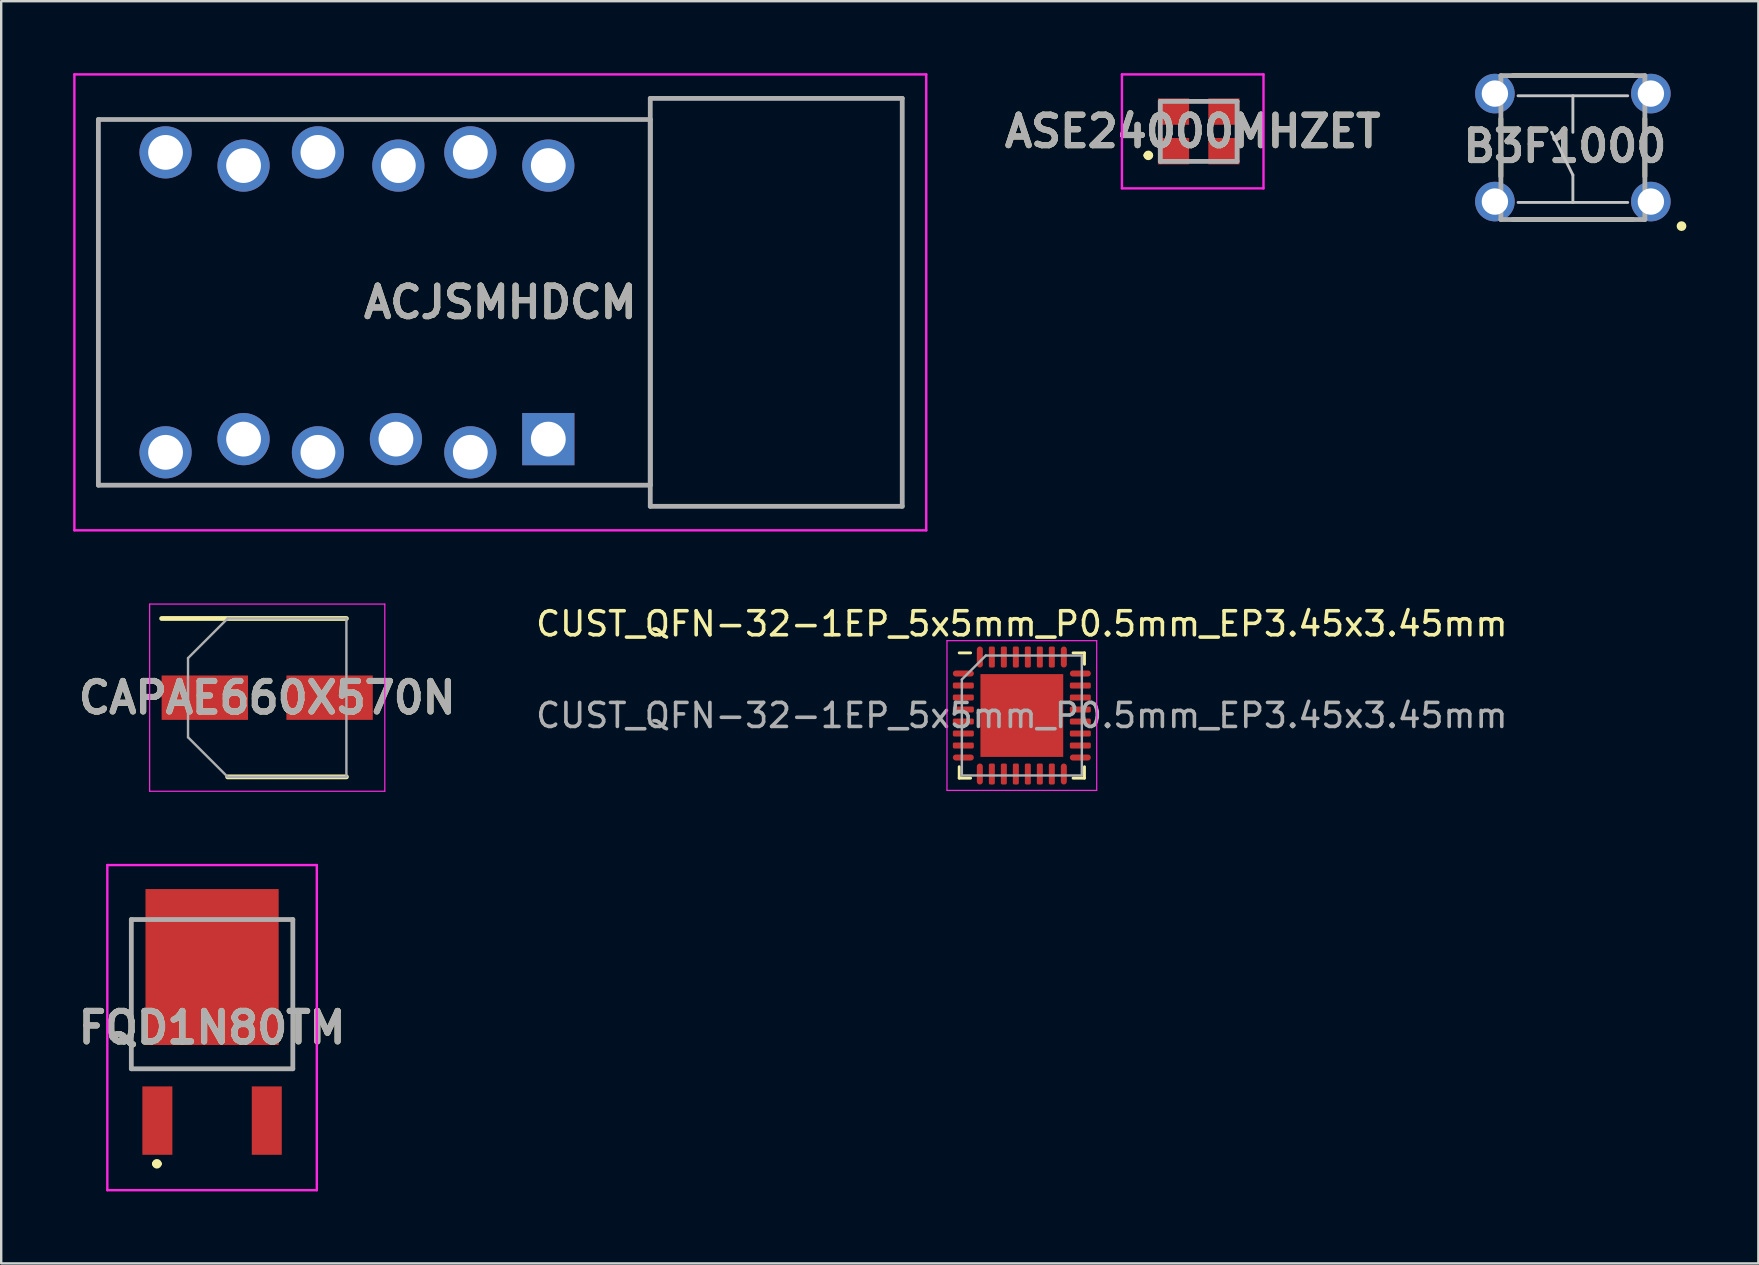
<source format=kicad_pcb>
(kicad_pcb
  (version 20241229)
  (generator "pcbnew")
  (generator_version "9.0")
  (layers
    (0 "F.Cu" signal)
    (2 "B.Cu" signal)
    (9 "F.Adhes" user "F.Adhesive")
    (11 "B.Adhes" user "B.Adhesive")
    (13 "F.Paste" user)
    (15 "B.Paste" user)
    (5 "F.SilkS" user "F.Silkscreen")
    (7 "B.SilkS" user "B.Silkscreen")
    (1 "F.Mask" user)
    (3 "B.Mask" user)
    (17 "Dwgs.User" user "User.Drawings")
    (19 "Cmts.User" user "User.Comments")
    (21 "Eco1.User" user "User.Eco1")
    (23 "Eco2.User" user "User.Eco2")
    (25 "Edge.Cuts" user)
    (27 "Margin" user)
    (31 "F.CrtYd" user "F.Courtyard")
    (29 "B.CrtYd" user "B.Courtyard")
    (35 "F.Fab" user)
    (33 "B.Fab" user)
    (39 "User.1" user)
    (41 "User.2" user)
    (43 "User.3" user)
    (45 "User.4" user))
  (footprint "CUST_QFN-32-1EP_5x5mm_P0.5mm_EP3.45x3.45mm"
    (layer "F.Cu")
    (at 39.534 26.768)
    (property "Reference" "CUST_QFN-32-1EP_5x5mm_P0.5mm_EP3.45x3.45mm" (at 0 -3.82 0) (layer "F.SilkS") (effects (font (size 1 1) (thickness 0.15))))
    (attr smd)
    (fp_line (start -2.61 2.61) (end -2.61 2.135) (stroke (width 0.12) (type solid)) (layer "F.SilkS"))
    (fp_line (start -2.135 -2.61) (end -2.61 -2.61) (stroke (width 0.12) (type solid)) (layer "F.SilkS"))
    (fp_line (start -2.135 2.61) (end -2.61 2.61) (stroke (width 0.12) (type solid)) (layer "F.SilkS"))
    (fp_line (start 2.135 -2.61) (end 2.61 -2.61) (stroke (width 0.12) (type solid)) (layer "F.SilkS"))
    (fp_line (start 2.135 2.61) (end 2.61 2.61) (stroke (width 0.12) (type solid)) (layer "F.SilkS"))
    (fp_line (start 2.61 -2.61) (end 2.61 -2.135) (stroke (width 0.12) (type solid)) (layer "F.SilkS"))
    (fp_line (start 2.61 2.61) (end 2.61 2.135) (stroke (width 0.12) (type solid)) (layer "F.SilkS"))
    (fp_line (start -3.12 -3.12) (end -3.12 3.12) (stroke (width 0.05) (type solid)) (layer "F.CrtYd"))
    (fp_line (start -3.12 3.12) (end 3.12 3.12) (stroke (width 0.05) (type solid)) (layer "F.CrtYd"))
    (fp_line (start 3.12 -3.12) (end -3.12 -3.12) (stroke (width 0.05) (type solid)) (layer "F.CrtYd"))
    (fp_line (start 3.12 3.12) (end 3.12 -3.12) (stroke (width 0.05) (type solid)) (layer "F.CrtYd"))
    (fp_line (start -2.5 -1.5) (end -1.5 -2.5) (stroke (width 0.1) (type solid)) (layer "F.Fab"))
    (fp_line (start -2.5 2.5) (end -2.5 -1.5) (stroke (width 0.1) (type solid)) (layer "F.Fab"))
    (fp_line (start -1.5 -2.5) (end 2.5 -2.5) (stroke (width 0.1) (type solid)) (layer "F.Fab"))
    (fp_line (start 2.5 -2.5) (end 2.5 2.5) (stroke (width 0.1) (type solid)) (layer "F.Fab"))
    (fp_line (start 2.5 2.5) (end -2.5 2.5) (stroke (width 0.1) (type solid)) (layer "F.Fab"))
    (fp_text user "${REFERENCE}" (at 0 0 0) (layer "F.Fab") (effects (font (size 1 1) (thickness 0.15))))
    (pad "" smd roundrect (at -1.15 -1.15) (size 0.93 0.93) (layers "F.Paste") (roundrect_rratio 0.25))
    (pad "" smd roundrect (at -1.15 0) (size 0.93 0.93) (layers "F.Paste") (roundrect_rratio 0.25))
    (pad "" smd roundrect (at -1.15 1.15) (size 0.93 0.93) (layers "F.Paste") (roundrect_rratio 0.25))
    (pad "" smd roundrect (at 0 -1.15) (size 0.93 0.93) (layers "F.Paste") (roundrect_rratio 0.25))
    (pad "" smd roundrect (at 0 0) (size 0.93 0.93) (layers "F.Paste") (roundrect_rratio 0.25))
    (pad "" smd roundrect (at 0 1.15) (size 0.93 0.93) (layers "F.Paste") (roundrect_rratio 0.25))
    (pad "" smd roundrect (at 1.15 -1.15) (size 0.93 0.93) (layers "F.Paste") (roundrect_rratio 0.25))
    (pad "" smd roundrect (at 1.15 0) (size 0.93 0.93) (layers "F.Paste") (roundrect_rratio 0.25))
    (pad "" smd roundrect (at 1.15 1.15) (size 0.93 0.93) (layers "F.Paste") (roundrect_rratio 0.25))
    (pad "1" smd oval (at -2.438 -1.75) (size 0.875 0.25) (layers "F.Cu" "F.Mask" "F.Paste"))
    (pad "2" smd roundrect (at -2.438 -1.25) (size 0.875 0.25) (layers "F.Cu" "F.Mask" "F.Paste") (roundrect_rratio 0.25))
    (pad "3" smd roundrect (at -2.438 -0.75) (size 0.875 0.25) (layers "F.Cu" "F.Mask" "F.Paste") (roundrect_rratio 0.25))
    (pad "4" smd roundrect (at -2.438 -0.25) (size 0.875 0.25) (layers "F.Cu" "F.Mask" "F.Paste") (roundrect_rratio 0.25))
    (pad "5" smd roundrect (at -2.438 0.25) (size 0.875 0.25) (layers "F.Cu" "F.Mask" "F.Paste") (roundrect_rratio 0.25))
    (pad "6" smd roundrect (at -2.438 0.75) (size 0.875 0.25) (layers "F.Cu" "F.Mask" "F.Paste") (roundrect_rratio 0.25))
    (pad "7" smd roundrect (at -2.438 1.25) (size 0.875 0.25) (layers "F.Cu" "F.Mask" "F.Paste") (roundrect_rratio 0.25))
    (pad "8" smd oval (at -2.438 1.75) (size 0.875 0.25) (layers "F.Cu" "F.Mask" "F.Paste"))
    (pad "9" smd oval (at -1.75 2.438) (size 0.25 0.875) (layers "F.Cu" "F.Mask" "F.Paste"))
    (pad "10" smd roundrect (at -1.25 2.438) (size 0.25 0.875) (layers "F.Cu" "F.Mask" "F.Paste") (roundrect_rratio 0.25))
    (pad "11" smd roundrect (at -0.75 2.438) (size 0.25 0.875) (layers "F.Cu" "F.Mask" "F.Paste") (roundrect_rratio 0.25))
    (pad "12" smd roundrect (at -0.25 2.438) (size 0.25 0.875) (layers "F.Cu" "F.Mask" "F.Paste") (roundrect_rratio 0.25))
    (pad "13" smd roundrect (at 0.25 2.438) (size 0.25 0.875) (layers "F.Cu" "F.Mask" "F.Paste") (roundrect_rratio 0.25))
    (pad "14" smd roundrect (at 0.75 2.438) (size 0.25 0.875) (layers "F.Cu" "F.Mask" "F.Paste") (roundrect_rratio 0.25))
    (pad "15" smd roundrect (at 1.25 2.438) (size 0.25 0.875) (layers "F.Cu" "F.Mask" "F.Paste") (roundrect_rratio 0.25))
    (pad "16" smd oval (at 1.75 2.438) (size 0.25 0.875) (layers "F.Cu" "F.Mask" "F.Paste"))
    (pad "17" smd oval (at 2.438 1.75) (size 0.875 0.25) (layers "F.Cu" "F.Mask" "F.Paste"))
    (pad "18" smd roundrect (at 2.438 1.25) (size 0.875 0.25) (layers "F.Cu" "F.Mask" "F.Paste") (roundrect_rratio 0.25))
    (pad "19" smd roundrect (at 2.438 0.75) (size 0.875 0.25) (layers "F.Cu" "F.Mask" "F.Paste") (roundrect_rratio 0.25))
    (pad "20" smd roundrect (at 2.438 0.25) (size 0.875 0.25) (layers "F.Cu" "F.Mask" "F.Paste") (roundrect_rratio 0.25))
    (pad "21" smd roundrect (at 2.438 -0.25) (size 0.875 0.25) (layers "F.Cu" "F.Mask" "F.Paste") (roundrect_rratio 0.25))
    (pad "22" smd roundrect (at 2.438 -0.75) (size 0.875 0.25) (layers "F.Cu" "F.Mask" "F.Paste") (roundrect_rratio 0.25))
    (pad "23" smd roundrect (at 2.438 -1.25) (size 0.875 0.25) (layers "F.Cu" "F.Mask" "F.Paste") (roundrect_rratio 0.25))
    (pad "24" smd oval (at 2.438 -1.75) (size 0.875 0.25) (layers "F.Cu" "F.Mask" "F.Paste"))
    (pad "25" smd oval (at 1.75 -2.438) (size 0.25 0.875) (layers "F.Cu" "F.Mask" "F.Paste"))
    (pad "26" smd roundrect (at 1.25 -2.438) (size 0.25 0.875) (layers "F.Cu" "F.Mask" "F.Paste") (roundrect_rratio 0.25))
    (pad "27" smd roundrect (at 0.75 -2.438) (size 0.25 0.875) (layers "F.Cu" "F.Mask" "F.Paste") (roundrect_rratio 0.25))
    (pad "28" smd roundrect (at 0.25 -2.438) (size 0.25 0.875) (layers "F.Cu" "F.Mask" "F.Paste") (roundrect_rratio 0.25))
    (pad "29" smd roundrect (at -0.25 -2.438) (size 0.25 0.875) (layers "F.Cu" "F.Mask" "F.Paste") (roundrect_rratio 0.25))
    (pad "30" smd roundrect (at -0.75 -2.438) (size 0.25 0.875) (layers "F.Cu" "F.Mask" "F.Paste") (roundrect_rratio 0.25))
    (pad "31" smd roundrect (at -1.25 -2.438) (size 0.25 0.875) (layers "F.Cu" "F.Mask" "F.Paste") (roundrect_rratio 0.25))
    (pad "32" smd oval (at -1.75 -2.438) (size 0.25 0.875) (layers "F.Cu" "F.Mask" "F.Paste"))
    (pad "33" smd rect (at 0 0) (size 3.45 3.45) (layers "F.Cu" "F.Mask")))
  (footprint "FQD1N80TM"
    (layer "F.Cu")
    (at 5.788 37.25)
    (property "Reference" "FQD1N80TM" (at 0 2.525 0) (layer "F.SilkS") (effects (font (size 1.27 1.27) (thickness 0.254))))
    (attr smd)
    (fp_line (start -3.365 -1.98) (end -3.365 4.24) (stroke (width 0.1) (type solid)) (layer "F.SilkS"))
    (fp_line (start -3.365 4.24) (end 3.365 4.24) (stroke (width 0.1) (type solid)) (layer "F.SilkS"))
    (fp_line (start -2.4 8.2) (end -2.4 8.2) (stroke (width 0.2) (type solid)) (layer "F.SilkS"))
    (fp_line (start -2.2 8.2) (end -2.2 8.2) (stroke (width 0.2) (type solid)) (layer "F.SilkS"))
    (fp_line (start 3.365 4.24) (end 3.365 -1.98) (stroke (width 0.1) (type solid)) (layer "F.SilkS"))
    (fp_arc (start -2.4 8.2) (mid -2.3 8.1) (end -2.2 8.2) (stroke (width 0.2) (type solid)) (layer "F.SilkS"))
    (fp_arc (start -2.2 8.2) (mid -2.3 8.3) (end -2.4 8.2) (stroke (width 0.2) (type solid)) (layer "F.SilkS"))
    (fp_line (start -4.365 -4.25) (end 4.365 -4.25) (stroke (width 0.1) (type solid)) (layer "F.CrtYd"))
    (fp_line (start -4.365 9.3) (end -4.365 -4.25) (stroke (width 0.1) (type solid)) (layer "F.CrtYd"))
    (fp_line (start 4.365 -4.25) (end 4.365 9.3) (stroke (width 0.1) (type solid)) (layer "F.CrtYd"))
    (fp_line (start 4.365 9.3) (end -4.365 9.3) (stroke (width 0.1) (type solid)) (layer "F.CrtYd"))
    (fp_line (start -3.365 -1.98) (end 3.365 -1.98) (stroke (width 0.2) (type solid)) (layer "F.Fab"))
    (fp_line (start -3.365 4.24) (end -3.365 -1.98) (stroke (width 0.2) (type solid)) (layer "F.Fab"))
    (fp_line (start 3.365 -1.98) (end 3.365 4.24) (stroke (width 0.2) (type solid)) (layer "F.Fab"))
    (fp_line (start 3.365 4.24) (end -3.365 4.24) (stroke (width 0.2) (type solid)) (layer "F.Fab"))
    (fp_text user "${REFERENCE}" (at 0 2.525 0) (layer "F.Fab") (effects (font (size 1.27 1.27) (thickness 0.254))))
    (pad "1" smd rect (at -2.28 6.4) (size 1.25 2.85) (layers "F.Cu" "F.Mask" "F.Paste"))
    (pad "2" smd rect (at 0 0) (size 5.55 6.5) (layers "F.Cu" "F.Mask" "F.Paste"))
    (pad "3" smd rect (at 2.28 6.4) (size 1.25 2.85) (layers "F.Cu" "F.Mask" "F.Paste")))
  (footprint "ACJSMHDCM"
    (layer "F.Cu")
    (at 19.8 15.25)
    (property "Reference" "ACJSMHDCM" (at -2 -5.7 0) (layer "F.SilkS") (effects (font (size 1.27 1.27) (thickness 0.254))))
    (attr through_hole)
    (fp_line (start -18.75 -13.32) (end 4.25 -13.32) (stroke (width 0.1) (type solid)) (layer "F.SilkS"))
    (fp_line (start -18.75 1.92) (end -18.75 -13.32) (stroke (width 0.1) (type solid)) (layer "F.SilkS"))
    (fp_line (start 4.25 -13.32) (end 4.25 1.92) (stroke (width 0.1) (type solid)) (layer "F.SilkS"))
    (fp_line (start 4.25 1.92) (end -18.75 1.92) (stroke (width 0.1) (type solid)) (layer "F.SilkS"))
    (fp_line (start -19.75 -15.2) (end 15.75 -15.2) (stroke (width 0.1) (type solid)) (layer "F.CrtYd"))
    (fp_line (start -19.75 3.8) (end -19.75 -15.2) (stroke (width 0.1) (type solid)) (layer "F.CrtYd"))
    (fp_line (start 15.75 -15.2) (end 15.75 3.8) (stroke (width 0.1) (type solid)) (layer "F.CrtYd"))
    (fp_line (start 15.75 3.8) (end -19.75 3.8) (stroke (width 0.1) (type solid)) (layer "F.CrtYd"))
    (fp_line (start -18.75 -13.32) (end 4.25 -13.32) (stroke (width 0.2) (type solid)) (layer "F.Fab"))
    (fp_line (start -18.75 1.92) (end -18.75 -13.32) (stroke (width 0.2) (type solid)) (layer "F.Fab"))
    (fp_line (start 4.25 -14.2) (end 14.75 -14.2) (stroke (width 0.2) (type solid)) (layer "F.Fab"))
    (fp_line (start 4.25 -13.32) (end 4.25 1.92) (stroke (width 0.2) (type solid)) (layer "F.Fab"))
    (fp_line (start 4.25 1.92) (end -18.75 1.92) (stroke (width 0.2) (type solid)) (layer "F.Fab"))
    (fp_line (start 4.25 2.8) (end 4.25 -14.2) (stroke (width 0.2) (type solid)) (layer "F.Fab"))
    (fp_line (start 14.75 -14.2) (end 14.75 2.8) (stroke (width 0.2) (type solid)) (layer "F.Fab"))
    (fp_line (start 14.75 2.8) (end 4.25 2.8) (stroke (width 0.2) (type solid)) (layer "F.Fab"))
    (fp_text user "${REFERENCE}" (at -2 -5.7 0) (layer "F.Fab") (effects (font (size 1.27 1.27) (thickness 0.254))))
    (pad "" np_thru_hole circle (at -17.33 -5.7) (size 0.001 0.001) (drill 2.1) (layers "*.Cu" "*.Mask"))
    (pad "1" thru_hole rect (at 0 0) (size 2.175 2.175) (drill 1.45) (layers "*.Cu" "*.Mask"))
    (pad "2" thru_hole circle (at -6.35 0) (size 2.175 2.175) (drill 1.45) (layers "*.Cu" "*.Mask"))
    (pad "3" thru_hole circle (at -12.7 0) (size 2.175 2.175) (drill 1.45) (layers "*.Cu" "*.Mask"))
    (pad "4" thru_hole circle (at 0 -11.4) (size 2.175 2.175) (drill 1.45) (layers "*.Cu" "*.Mask"))
    (pad "5" thru_hole circle (at -6.25 -11.4) (size 2.175 2.175) (drill 1.45) (layers "*.Cu" "*.Mask"))
    (pad "6" thru_hole circle (at -12.7 -11.4) (size 2.175 2.175) (drill 1.45) (layers "*.Cu" "*.Mask"))
    (pad "7" thru_hole circle (at -3.25 0.55) (size 2.175 2.175) (drill 1.45) (layers "*.Cu" "*.Mask"))
    (pad "8" thru_hole circle (at -9.6 0.55) (size 2.175 2.175) (drill 1.45) (layers "*.Cu" "*.Mask"))
    (pad "9" thru_hole circle (at -15.95 0.55) (size 2.175 2.175) (drill 1.45) (layers "*.Cu" "*.Mask"))
    (pad "10" thru_hole circle (at -3.25 -11.95) (size 2.175 2.175) (drill 1.45) (layers "*.Cu" "*.Mask"))
    (pad "11" thru_hole circle (at -9.6 -11.95) (size 2.175 2.175) (drill 1.45) (layers "*.Cu" "*.Mask"))
    (pad "12" thru_hole circle (at -15.95 -11.95) (size 2.175 2.175) (drill 1.45) (layers "*.Cu" "*.Mask")))
  (footprint "CAPAE660X570N"
    (layer "F.Cu")
    (at 8.086 26.025)
    (property "Reference" "CAPAE660X570N" (at 0 0 0) (layer "F.SilkS") (effects (font (size 1.27 1.27) (thickness 0.254))))
    (attr smd)
    (fp_line (start -4.4 -3.3) (end 3.3 -3.3) (stroke (width 0.2) (type solid)) (layer "F.SilkS"))
    (fp_line (start -1.65 3.3) (end 3.3 3.3) (stroke (width 0.2) (type solid)) (layer "F.SilkS"))
    (fp_line (start -4.9 -3.9) (end 4.9 -3.9) (stroke (width 0.05) (type solid)) (layer "F.CrtYd"))
    (fp_line (start -4.9 3.9) (end -4.9 -3.9) (stroke (width 0.05) (type solid)) (layer "F.CrtYd"))
    (fp_line (start 4.9 -3.9) (end 4.9 3.9) (stroke (width 0.05) (type solid)) (layer "F.CrtYd"))
    (fp_line (start 4.9 3.9) (end -4.9 3.9) (stroke (width 0.05) (type solid)) (layer "F.CrtYd"))
    (fp_line (start -3.3 -1.65) (end -3.3 1.65) (stroke (width 0.1) (type solid)) (layer "F.Fab"))
    (fp_line (start -3.3 1.65) (end -1.65 3.3) (stroke (width 0.1) (type solid)) (layer "F.Fab"))
    (fp_line (start -1.65 -3.3) (end -3.3 -1.65) (stroke (width 0.1) (type solid)) (layer "F.Fab"))
    (fp_line (start -1.65 3.3) (end 3.3 3.3) (stroke (width 0.1) (type solid)) (layer "F.Fab"))
    (fp_line (start 3.3 -3.3) (end -1.65 -3.3) (stroke (width 0.1) (type solid)) (layer "F.Fab"))
    (fp_line (start 3.3 3.3) (end 3.3 -3.3) (stroke (width 0.1) (type solid)) (layer "F.Fab"))
    (fp_text user "${REFERENCE}" (at 0 0 0) (layer "F.Fab") (effects (font (size 1.27 1.27) (thickness 0.254))))
    (pad "1" smd rect (at -2.6 0 90) (size 1.85 3.6) (layers "F.Cu" "F.Mask" "F.Paste"))
    (pad "2" smd rect (at 2.6 0 90) (size 1.85 3.6) (layers "F.Cu" "F.Mask" "F.Paste")))
  (footprint "ASE24000MHZET"
    (layer "F.Cu")
    (at 46.905 2.425)
    (property "Reference" "ASE24000MHZET" (at -0.25 0 0) (layer "F.SilkS") (effects (font (size 1.27 1.27) (thickness 0.254))))
    (attr smd)
    (fp_line (start -2.2 1) (end -2.2 1) (stroke (width 0.2) (type solid)) (layer "F.SilkS"))
    (fp_line (start -2 1) (end -2 1) (stroke (width 0.2) (type solid)) (layer "F.SilkS"))
    (fp_arc (start -2.2 1) (mid -2.1 0.9) (end -2 1) (stroke (width 0.2) (type solid)) (layer "F.SilkS"))
    (fp_arc (start -2 1) (mid -2.1 1.1) (end -2.2 1) (stroke (width 0.2) (type solid)) (layer "F.SilkS"))
    (fp_line (start -3.2 -2.375) (end 2.7 -2.375) (stroke (width 0.1) (type solid)) (layer "F.CrtYd"))
    (fp_line (start -3.2 2.375) (end -3.2 -2.375) (stroke (width 0.1) (type solid)) (layer "F.CrtYd"))
    (fp_line (start 2.7 -2.375) (end 2.7 2.375) (stroke (width 0.1) (type solid)) (layer "F.CrtYd"))
    (fp_line (start 2.7 2.375) (end -3.2 2.375) (stroke (width 0.1) (type solid)) (layer "F.CrtYd"))
    (fp_line (start -1.6 -1.25) (end 1.6 -1.25) (stroke (width 0.2) (type solid)) (layer "F.Fab"))
    (fp_line (start -1.6 1.25) (end -1.6 -1.25) (stroke (width 0.2) (type solid)) (layer "F.Fab"))
    (fp_line (start 1.6 -1.25) (end 1.6 1.25) (stroke (width 0.2) (type solid)) (layer "F.Fab"))
    (fp_line (start 1.6 1.25) (end -1.6 1.25) (stroke (width 0.2) (type solid)) (layer "F.Fab"))
    (fp_text user "${REFERENCE}" (at -0.25 0 0) (layer "F.Fab") (effects (font (size 1.27 1.27) (thickness 0.254))))
    (pad "1" smd rect (at -1.05 0.825 90) (size 1.1 1.3) (layers "F.Cu" "F.Mask" "F.Paste"))
    (pad "2" smd rect (at 1.05 0.825 90) (size 1.1 1.3) (layers "F.Cu" "F.Mask" "F.Paste"))
    (pad "3" smd rect (at 1.05 -0.825 90) (size 1.1 1.3) (layers "F.Cu" "F.Mask" "F.Paste"))
    (pad "4" smd rect (at -1.05 -0.825 90) (size 1.1 1.3) (layers "F.Cu" "F.Mask" "F.Paste")))
  (footprint "B3F1000"
    (layer "F.Cu")
    (at 62.498 3.1)
    (property "Reference" "B3F1000" (at -0.33 -0.055 0) (layer "F.SilkS") (effects (font (size 1.27 1.27) (thickness 0.254))))
    (attr through_hole)
    (fp_line (start -3 -1.2) (end -3 1.2) (stroke (width 0.2) (type solid)) (layer "F.SilkS"))
    (fp_line (start -2.5 -3) (end 2.5 -3) (stroke (width 0.2) (type solid)) (layer "F.SilkS"))
    (fp_line (start -2.5 3) (end 2.5 3) (stroke (width 0.2) (type solid)) (layer "F.SilkS"))
    (fp_line (start 3 -1.2) (end 3 1.2) (stroke (width 0.2) (type solid)) (layer "F.SilkS"))
    (fp_circle (center 4.527 3.273) (end 4.527 3.376) (stroke (width 0.2) (type solid)) (fill no) (layer "F.SilkS"))
    (fp_line (start -2.286 -2.159) (end 2.286 -2.159) (stroke (width 0.12) (type solid)) (layer "Dwgs.User"))
    (fp_line (start 0 -0.635) (end 0 -2.159) (stroke (width 0.12) (type solid)) (layer "Dwgs.User"))
    (fp_line (start 0 1.143) (end -0.889 -0.635) (stroke (width 0.12) (type solid)) (layer "Dwgs.User"))
    (fp_line (start 0 2.286) (end 0 1.143) (stroke (width 0.12) (type solid)) (layer "Dwgs.User"))
    (fp_line (start 2.286 2.286) (end -2.286 2.286) (stroke (width 0.12) (type solid)) (layer "Dwgs.User"))
    (fp_line (start -3 -3) (end 3 -3) (stroke (width 0.2) (type solid)) (layer "F.Fab"))
    (fp_line (start -3 3) (end -3 -3) (stroke (width 0.2) (type solid)) (layer "F.Fab"))
    (fp_line (start 3 -3) (end 3 3) (stroke (width 0.2) (type solid)) (layer "F.Fab"))
    (fp_line (start 3 3) (end -3 3) (stroke (width 0.2) (type solid)) (layer "F.Fab"))
    (fp_text user "${REFERENCE}" (at -0.33 -0.055 0) (layer "F.Fab") (effects (font (size 1.27 1.27) (thickness 0.254))))
    (pad "1" thru_hole circle (at -3.25 2.25) (size 1.65 1.65) (drill 1.1) (layers "*.Cu" "*.Mask"))
    (pad "1" thru_hole circle (at 3.25 2.25) (size 1.65 1.65) (drill 1.1) (layers "*.Cu" "*.Mask"))
    (pad "2" thru_hole circle (at -3.25 -2.25) (size 1.65 1.65) (drill 1.1) (layers "*.Cu" "*.Mask"))
    (pad "2" thru_hole circle (at 3.25 -2.25) (size 1.65 1.65) (drill 1.1) (layers "*.Cu" "*.Mask")))
  (gr_rect
    (start -3 -3)
    (end 70.228 49.6)
    (stroke (width 0.1) (type default))
    (fill no)
    (layer "Edge.Cuts")))
</source>
